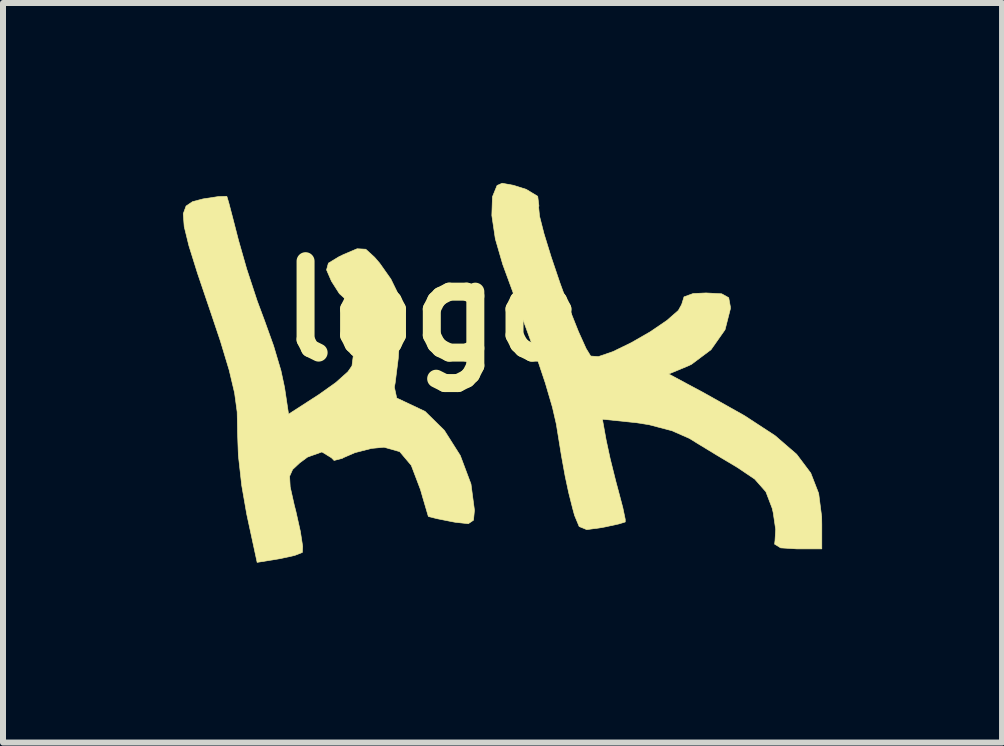
<source format=kicad_pcb>
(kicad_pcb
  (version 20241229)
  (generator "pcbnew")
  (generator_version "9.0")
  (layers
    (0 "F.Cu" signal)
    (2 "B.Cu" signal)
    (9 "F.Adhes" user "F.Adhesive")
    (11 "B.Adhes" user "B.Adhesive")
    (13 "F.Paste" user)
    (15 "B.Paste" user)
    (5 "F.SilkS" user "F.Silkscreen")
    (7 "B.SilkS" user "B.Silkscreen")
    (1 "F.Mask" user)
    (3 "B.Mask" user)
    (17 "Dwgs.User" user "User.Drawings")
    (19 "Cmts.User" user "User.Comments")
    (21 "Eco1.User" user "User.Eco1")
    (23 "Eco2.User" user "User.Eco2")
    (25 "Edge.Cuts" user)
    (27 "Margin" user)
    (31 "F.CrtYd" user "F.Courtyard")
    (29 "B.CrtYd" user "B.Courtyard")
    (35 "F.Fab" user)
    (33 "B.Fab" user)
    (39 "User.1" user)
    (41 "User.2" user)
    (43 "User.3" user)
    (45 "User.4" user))
  (footprint "logo"
    (layer "F.Cu")
    (at 4.149 2.139)
    (property "Reference" "logo" (at 0 0 0) (layer "F.SilkS") (effects (font (size 1.524 1.524) (thickness 0.3))))
    (attr through_hole)
    (fp_poly (pts (xy 1.364 -2.099) (xy 1.575 -2.032) (xy 1.766 -1.916) (xy 1.786 -1.755) (xy 1.781 -1.737) (xy 1.796 -1.585) (xy 1.871 -1.291) (xy 1.99 -0.905) (xy 2.136 -0.473) (xy 2.293 -0.043) (xy 2.444 0.337) (xy 2.572 0.621) (xy 2.649 0.747) (xy 2.778 0.756) (xy 3.02 0.673) (xy 3.324 0.525) (xy 3.641 0.343) (xy 3.92 0.153) (xy 4.111 -0.014) (xy 4.166 -0.114) (xy 4.205 -0.24) (xy 4.356 -0.295) (xy 4.572 -0.305) (xy 4.833 -0.291) (xy 4.95 -0.226) (xy 4.978 -0.072) (xy 4.978 -0.041) (xy 4.889 0.308) (xy 4.655 0.641) (xy 4.328 0.886) (xy 4.263 0.916) (xy 3.949 1.046) (xy 4.54 1.363) (xy 5.215 1.742) (xy 5.723 2.074) (xy 6.083 2.385) (xy 6.318 2.698) (xy 6.45 3.038) (xy 6.5 3.428) (xy 6.502 3.558) (xy 6.502 3.962) (xy 6.085 3.962) (xy 5.816 3.945) (xy 5.715 3.883) (xy 5.722 3.822) (xy 5.733 3.638) (xy 5.692 3.359) (xy 5.675 3.285) (xy 5.57 3.01) (xy 5.384 2.799) (xy 5.099 2.607) (xy 4.754 2.401) (xy 4.422 2.199) (xy 4.297 2.121) (xy 4.003 1.992) (xy 3.619 1.891) (xy 3.407 1.858) (xy 2.844 1.8) (xy 2.906 2.145) (xy 2.973 2.456) (xy 3.068 2.837) (xy 3.109 2.989) (xy 3.185 3.277) (xy 3.225 3.469) (xy 3.225 3.513) (xy 3.119 3.546) (xy 2.889 3.596) (xy 2.826 3.608) (xy 2.583 3.641) (xy 2.457 3.589) (xy 2.38 3.404) (xy 2.348 3.287) (xy 2.281 3.021) (xy 2.223 2.749) (xy 2.161 2.407) (xy 2.084 1.932) (xy 2.077 1.886) (xy 2.011 1.6) (xy 1.894 1.201) (xy 1.748 0.764) (xy 1.713 0.667) (xy 1.537 0.186) (xy 1.352 -0.319) (xy 1.196 -0.745) (xy 1.183 -0.78) (xy 1.059 -1.207) (xy 1.001 -1.597) (xy 1.011 -1.908) (xy 1.088 -2.097) (xy 1.173 -2.134) (xy 1.364 -2.099)) (stroke (width 0.01) (type solid)) (fill yes) (layer "F.SilkS"))
    (fp_poly (pts (xy -3.416 -1.912) (xy -3.384 -1.805) (xy -3.318 -1.553) (xy -3.23 -1.211) (xy -3.225 -1.191) (xy -3.086 -0.704) (xy -2.911 -0.172) (xy -2.787 0.161) (xy -2.638 0.576) (xy -2.515 0.99) (xy -2.455 1.27) (xy -2.388 1.716) (xy -1.88 1.388) (xy -1.599 1.188) (xy -1.398 1.008) (xy -1.331 0.911) (xy -1.3 0.673) (xy -1.302 0.373) (xy -1.331 0.082) (xy -1.38 -0.127) (xy -1.423 -0.187) (xy -1.541 -0.294) (xy -1.673 -0.501) (xy -1.755 -0.69) (xy -1.724 -0.802) (xy -1.546 -0.91) (xy -1.473 -0.945) (xy -1.245 -1.042) (xy -1.101 -1.034) (xy -0.954 -0.9) (xy -0.869 -0.801) (xy -0.682 -0.536) (xy -0.559 -0.284) (xy -0.549 -0.251) (xy -0.525 -0.006) (xy -0.53 0.366) (xy -0.56 0.792) (xy -0.611 1.196) (xy -0.624 1.266) (xy -0.585 1.447) (xy -0.457 1.507) (xy -0.112 1.67) (xy 0.209 1.986) (xy 0.475 2.406) (xy 0.653 2.88) (xy 0.711 3.317) (xy 0.695 3.484) (xy 0.609 3.542) (xy 0.395 3.519) (xy 0.33 3.507) (xy 0.085 3.458) (xy -0.05 3.424) (xy -0.058 3.42) (xy -0.087 3.322) (xy -0.154 3.095) (xy -0.188 2.976) (xy -0.342 2.57) (xy -0.535 2.341) (xy -0.796 2.267) (xy -1.006 2.287) (xy -1.282 2.358) (xy -1.476 2.442) (xy -1.49 2.452) (xy -1.629 2.488) (xy -1.673 2.443) (xy -1.832 2.346) (xy -2.071 2.431) (xy -2.202 2.528) (xy -2.32 2.638) (xy -2.371 2.752) (xy -2.361 2.929) (xy -2.294 3.228) (xy -2.265 3.341) (xy -2.191 3.673) (xy -2.153 3.92) (xy -2.158 4.021) (xy -2.285 4.071) (xy -2.525 4.124) (xy -2.561 4.13) (xy -2.912 4.187) (xy -3.085 3.386) (xy -3.169 2.904) (xy -3.225 2.402) (xy -3.24 1.987) (xy -3.239 1.979) (xy -3.245 1.679) (xy -3.288 1.362) (xy -3.378 0.982) (xy -3.525 0.495) (xy -3.693 -0.005) (xy -3.905 -0.63) (xy -4.049 -1.09) (xy -4.128 -1.412) (xy -4.144 -1.625) (xy -4.097 -1.754) (xy -3.989 -1.827) (xy -3.822 -1.871) (xy -3.8 -1.875) (xy -3.557 -1.912) (xy -3.423 -1.916) (xy -3.416 -1.912)) (stroke (width 0.01) (type solid)) (fill yes) (layer "F.SilkS")))
  (gr_rect
    (start -3 -3)
    (end 13.656 9.33)
    (stroke (width 0.1) (type default))
    (fill no)
    (layer "Edge.Cuts")))
</source>
